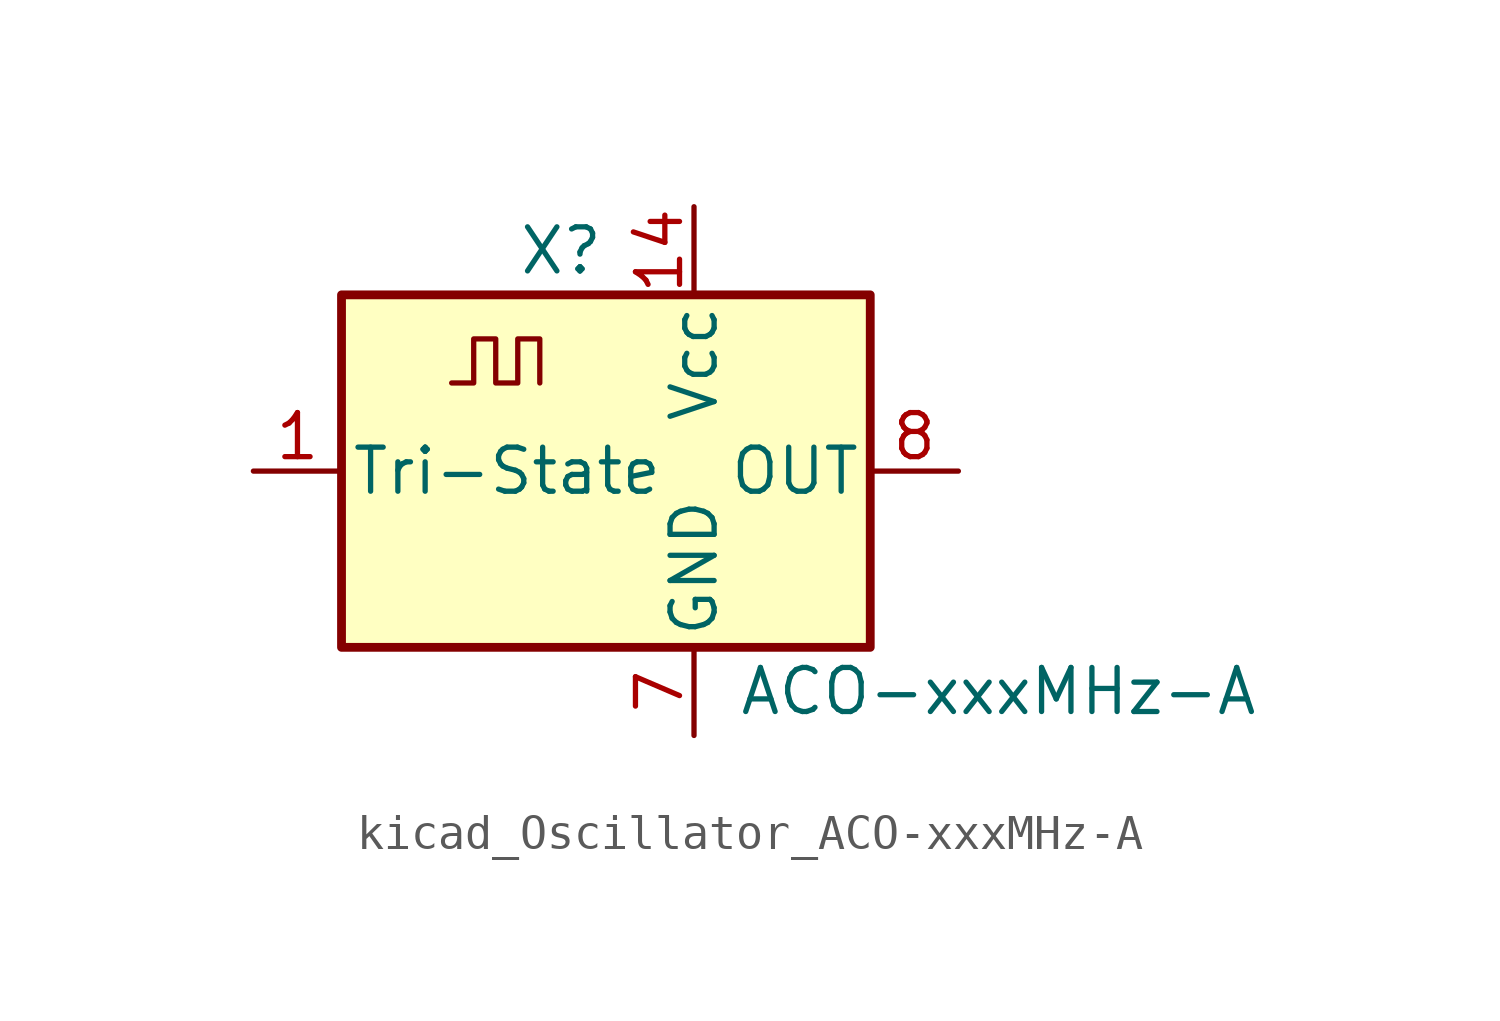
<source format=kicad_sym>
(kicad_symbol_lib
  (version 20220914)
  (generator kicad_symbol_editor)
  (symbol "kicad_Oscillator_ACO-xxxMHz-A"
    (pin_names
      (offset 0.254))
    (property "Reference" "X"
      (at -5.08 6.35 0)
      (effects (font (size 1.27 1.27)) (justify left)))
    (property "Value" "ACO-xxxMHz-A"
      (at 1.27 -6.35 0)
      (effects (font (size 1.27 1.27)) (justify left)))
    (symbol "kicad_Oscillator_ACO-xxxMHz-A_0_1"
      (rectangle (start -10.16 5.08) (end 5.08 -5.08) (stroke (width 0.254) (type default)) (fill (type background)))
      (polyline (pts (xy -6.985 2.54) (xy -6.35 2.54) (xy -6.35 3.81) (xy -5.715 3.81) (xy -5.715 2.54) (xy -5.08 2.54) (xy -5.08 3.81) (xy -4.445 3.81) (xy -4.445 2.54)) (stroke (width 0) (type default)) (fill (type none))))
    (symbol "kicad_Oscillator_ACO-xxxMHz-A_1_1"
      (pin input line (at -12.7 0 0) (length 2.54) (name "Tri-State" (effects (font (size 1.27 1.27)))) (number "1" (effects (font (size 1.27 1.27)))))
      (pin power_in line (at 0 7.62 270) (length 2.54) (name "Vcc" (effects (font (size 1.27 1.27)))) (number "14" (effects (font (size 1.27 1.27)))))
      (pin power_in line (at 0 -7.62 90) (length 2.54) (name "GND" (effects (font (size 1.27 1.27)))) (number "7" (effects (font (size 1.27 1.27)))))
      (pin output line (at 7.62 0 180) (length 2.54) (name "OUT" (effects (font (size 1.27 1.27)))) (number "8" (effects (font (size 1.27 1.27))))))))
</source>
